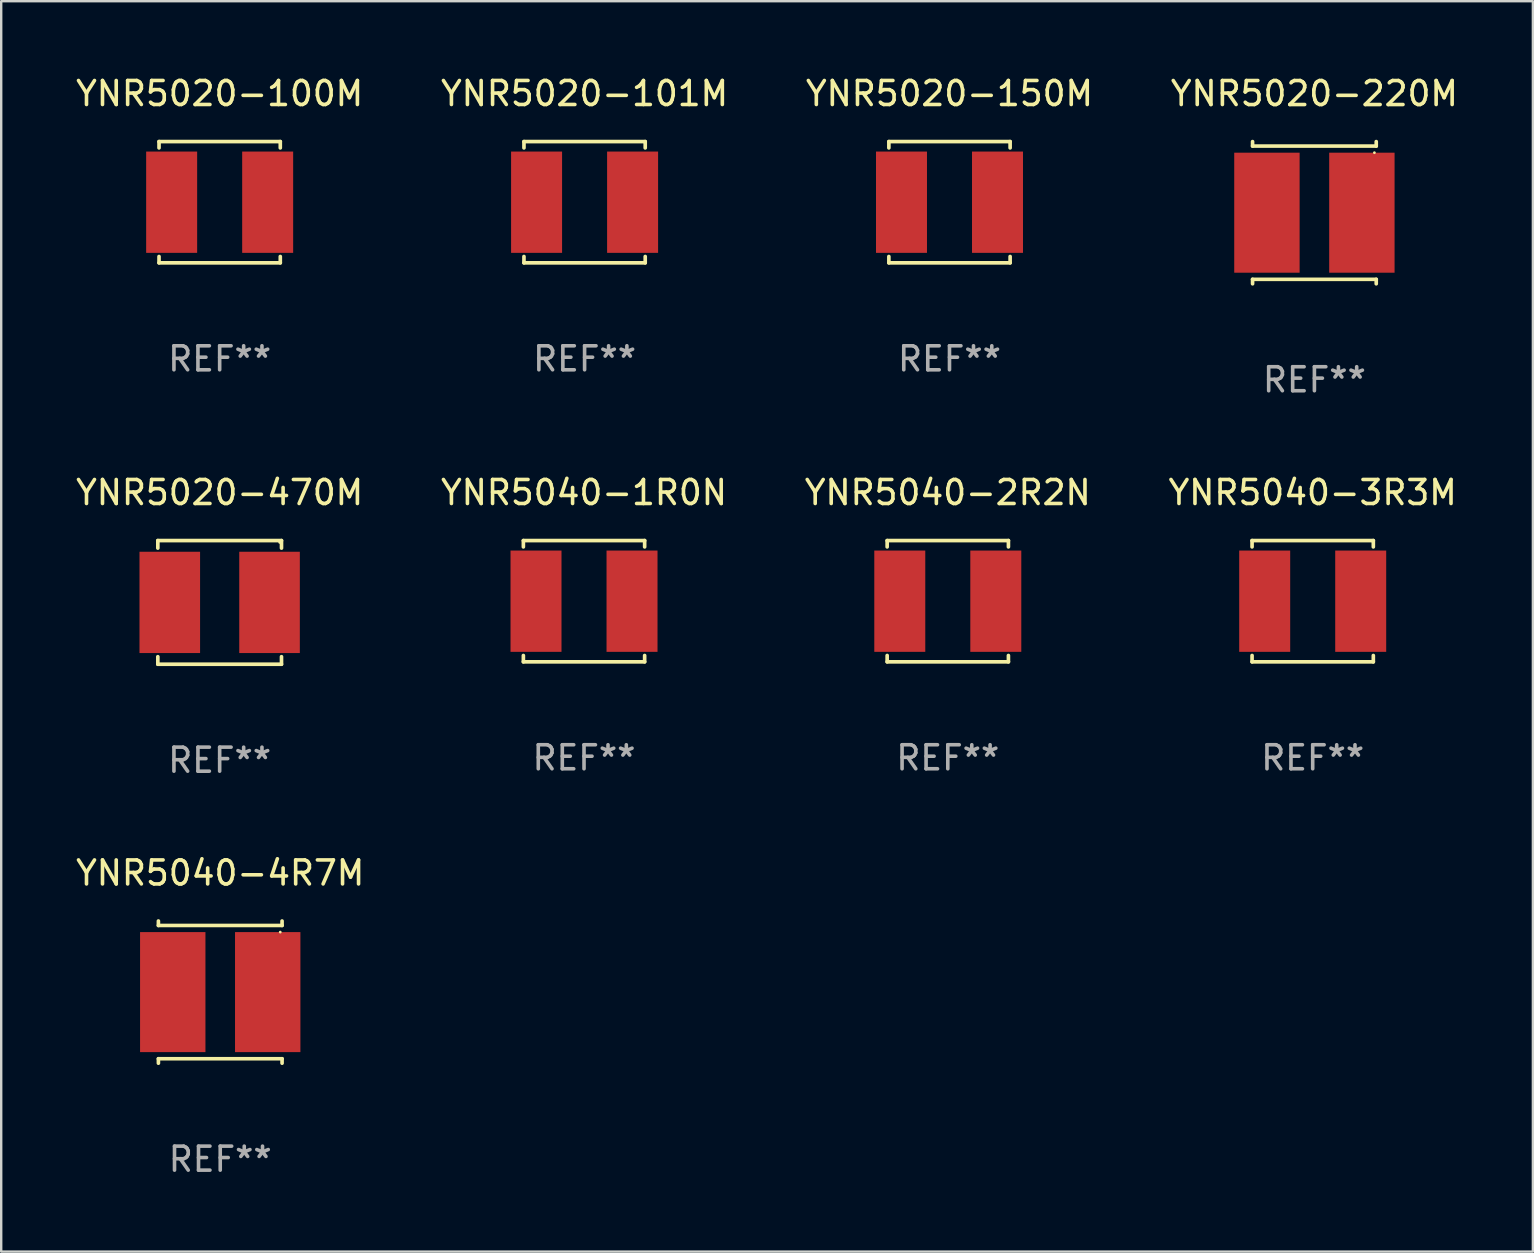
<source format=kicad_pcb>
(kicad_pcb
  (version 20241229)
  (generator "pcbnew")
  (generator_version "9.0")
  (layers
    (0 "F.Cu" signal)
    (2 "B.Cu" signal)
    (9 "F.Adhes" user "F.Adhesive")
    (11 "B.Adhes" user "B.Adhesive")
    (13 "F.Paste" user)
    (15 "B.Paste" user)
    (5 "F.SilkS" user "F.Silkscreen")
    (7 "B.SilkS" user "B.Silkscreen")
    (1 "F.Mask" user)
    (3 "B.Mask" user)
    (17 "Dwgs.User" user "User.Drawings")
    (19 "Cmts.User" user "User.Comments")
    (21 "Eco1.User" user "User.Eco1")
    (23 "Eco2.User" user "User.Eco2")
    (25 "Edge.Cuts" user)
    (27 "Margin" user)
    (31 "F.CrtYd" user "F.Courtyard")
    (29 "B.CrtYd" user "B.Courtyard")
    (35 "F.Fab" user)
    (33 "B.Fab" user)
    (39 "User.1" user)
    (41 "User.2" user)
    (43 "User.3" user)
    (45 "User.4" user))
  (footprint "YNR5020-220M"
    (layer "F.Cu")
    (at 51.708 5.811)
    (property "Reference" "YNR5020-220M" (at 0 -4.962 0) (layer "F.SilkS") (effects (font (size 1 1) (thickness 0.15))))
    (attr through_hole)
    (fp_line (start -2.576 -2.962) (end -2.576 -2.776) (stroke (width 0.152) (type solid)) (layer "F.SilkS"))
    (fp_line (start -2.576 -2.776) (end 2.576 -2.776) (stroke (width 0.152) (type solid)) (layer "F.SilkS"))
    (fp_line (start -2.576 2.776) (end 2.576 2.776) (stroke (width 0.152) (type solid)) (layer "F.SilkS"))
    (fp_line (start -2.576 2.962) (end -2.576 2.776) (stroke (width 0.152) (type solid)) (layer "F.SilkS"))
    (fp_line (start 2.576 -2.776) (end 2.576 -2.962) (stroke (width 0.152) (type solid)) (layer "F.SilkS"))
    (fp_line (start 2.576 2.776) (end 2.576 2.962) (stroke (width 0.152) (type solid)) (layer "F.SilkS"))
    (fp_circle (center 2.5 -2.5) (end 2.53 -2.5) (stroke (width 0.06) (type solid)) (fill no) (layer "F.SilkS"))
    (fp_text user "REF**" (at 0 6.962 0) (layer "F.Fab") (effects (font (size 1 1) (thickness 0.15))))
    (pad "1" smd rect (at 1.978 0) (size 2.724 5) (layers "F.Cu" "F.Mask" "F.Paste"))
    (pad "2" smd rect (at -1.978 0) (size 2.724 5) (layers "F.Cu" "F.Mask" "F.Paste")))
  (footprint "YNR5020-100M"
    (layer "F.Cu")
    (at 6.101 5.374)
    (property "Reference" "YNR5020-100M" (at 0 -4.526 0) (layer "F.SilkS") (effects (font (size 1 1) (thickness 0.15))))
    (attr through_hole)
    (fp_line (start -2.526 -2.526) (end 2.526 -2.526) (stroke (width 0.152) (type solid)) (layer "F.SilkS"))
    (fp_line (start -2.526 -2.262) (end -2.526 -2.526) (stroke (width 0.152) (type solid)) (layer "F.SilkS"))
    (fp_line (start -2.526 2.262) (end -2.526 2.526) (stroke (width 0.152) (type solid)) (layer "F.SilkS"))
    (fp_line (start -2.526 2.526) (end 2.526 2.526) (stroke (width 0.152) (type solid)) (layer "F.SilkS"))
    (fp_line (start 2.526 -2.526) (end 2.526 -2.262) (stroke (width 0.152) (type solid)) (layer "F.SilkS"))
    (fp_line (start 2.526 2.526) (end 2.526 2.262) (stroke (width 0.152) (type solid)) (layer "F.SilkS"))
    (fp_circle (center 2.5 -2.5) (end 2.53 -2.5) (stroke (width 0.06) (type solid)) (fill no) (layer "F.SilkS"))
    (fp_text user "REF**" (at 0 6.526 0) (layer "F.Fab") (effects (font (size 1 1) (thickness 0.15))))
    (pad "1" smd rect (at 2 0) (size 2.124 4.22) (layers "F.Cu" "F.Mask" "F.Paste"))
    (pad "2" smd rect (at -2 0) (size 2.124 4.22) (layers "F.Cu" "F.Mask" "F.Paste")))
  (footprint "YNR5040-4R7M"
    (layer "F.Cu")
    (at 6.125 38.281)
    (property "Reference" "YNR5040-4R7M" (at 0 -4.962 0) (layer "F.SilkS") (effects (font (size 1 1) (thickness 0.15))))
    (attr through_hole)
    (fp_line (start -2.576 -2.962) (end -2.576 -2.776) (stroke (width 0.152) (type solid)) (layer "F.SilkS"))
    (fp_line (start -2.576 -2.776) (end 2.576 -2.776) (stroke (width 0.152) (type solid)) (layer "F.SilkS"))
    (fp_line (start -2.576 2.776) (end 2.576 2.776) (stroke (width 0.152) (type solid)) (layer "F.SilkS"))
    (fp_line (start -2.576 2.962) (end -2.576 2.776) (stroke (width 0.152) (type solid)) (layer "F.SilkS"))
    (fp_line (start 2.576 -2.776) (end 2.576 -2.962) (stroke (width 0.152) (type solid)) (layer "F.SilkS"))
    (fp_line (start 2.576 2.776) (end 2.576 2.962) (stroke (width 0.152) (type solid)) (layer "F.SilkS"))
    (fp_circle (center 2.5 -2.5) (end 2.53 -2.5) (stroke (width 0.06) (type solid)) (fill no) (layer "F.SilkS"))
    (fp_text user "REF**" (at 0 6.962 0) (layer "F.Fab") (effects (font (size 1 1) (thickness 0.15))))
    (pad "1" smd rect (at 1.978 0) (size 2.724 5) (layers "F.Cu" "F.Mask" "F.Paste"))
    (pad "2" smd rect (at -1.978 0) (size 2.724 5) (layers "F.Cu" "F.Mask" "F.Paste")))
  (footprint "YNR5040-3R3M"
    (layer "F.Cu")
    (at 51.637 21.996)
    (property "Reference" "YNR5040-3R3M" (at 0 -4.526 0) (layer "F.SilkS") (effects (font (size 1 1) (thickness 0.15))))
    (attr through_hole)
    (fp_line (start -2.526 -2.526) (end 2.526 -2.526) (stroke (width 0.152) (type solid)) (layer "F.SilkS"))
    (fp_line (start -2.526 -2.262) (end -2.526 -2.526) (stroke (width 0.152) (type solid)) (layer "F.SilkS"))
    (fp_line (start -2.526 2.262) (end -2.526 2.526) (stroke (width 0.152) (type solid)) (layer "F.SilkS"))
    (fp_line (start -2.526 2.526) (end 2.526 2.526) (stroke (width 0.152) (type solid)) (layer "F.SilkS"))
    (fp_line (start 2.526 -2.526) (end 2.526 -2.262) (stroke (width 0.152) (type solid)) (layer "F.SilkS"))
    (fp_line (start 2.526 2.526) (end 2.526 2.262) (stroke (width 0.152) (type solid)) (layer "F.SilkS"))
    (fp_circle (center 2.5 -2.5) (end 2.53 -2.5) (stroke (width 0.06) (type solid)) (fill no) (layer "F.SilkS"))
    (fp_text user "REF**" (at 0 6.526 0) (layer "F.Fab") (effects (font (size 1 1) (thickness 0.15))))
    (pad "1" smd rect (at 2 0) (size 2.124 4.22) (layers "F.Cu" "F.Mask" "F.Paste"))
    (pad "2" smd rect (at -2 0) (size 2.124 4.22) (layers "F.Cu" "F.Mask" "F.Paste")))
  (footprint "YNR5040-2R2N"
    (layer "F.Cu")
    (at 36.435 21.996)
    (property "Reference" "YNR5040-2R2N" (at 0 -4.526 0) (layer "F.SilkS") (effects (font (size 1 1) (thickness 0.15))))
    (attr through_hole)
    (fp_line (start -2.526 -2.526) (end 2.526 -2.526) (stroke (width 0.152) (type solid)) (layer "F.SilkS"))
    (fp_line (start -2.526 -2.262) (end -2.526 -2.526) (stroke (width 0.152) (type solid)) (layer "F.SilkS"))
    (fp_line (start -2.526 2.262) (end -2.526 2.526) (stroke (width 0.152) (type solid)) (layer "F.SilkS"))
    (fp_line (start -2.526 2.526) (end 2.526 2.526) (stroke (width 0.152) (type solid)) (layer "F.SilkS"))
    (fp_line (start 2.526 -2.526) (end 2.526 -2.262) (stroke (width 0.152) (type solid)) (layer "F.SilkS"))
    (fp_line (start 2.526 2.526) (end 2.526 2.262) (stroke (width 0.152) (type solid)) (layer "F.SilkS"))
    (fp_circle (center 2.5 -2.5) (end 2.53 -2.5) (stroke (width 0.06) (type solid)) (fill no) (layer "F.SilkS"))
    (fp_text user "REF**" (at 0 6.526 0) (layer "F.Fab") (effects (font (size 1 1) (thickness 0.15))))
    (pad "1" smd rect (at 2 0) (size 2.124 4.22) (layers "F.Cu" "F.Mask" "F.Paste"))
    (pad "2" smd rect (at -2 0) (size 2.124 4.22) (layers "F.Cu" "F.Mask" "F.Paste")))
  (footprint "YNR5020-150M"
    (layer "F.Cu")
    (at 36.506 5.374)
    (property "Reference" "YNR5020-150M" (at 0 -4.526 0) (layer "F.SilkS") (effects (font (size 1 1) (thickness 0.15))))
    (attr through_hole)
    (fp_line (start -2.526 -2.526) (end 2.526 -2.526) (stroke (width 0.152) (type solid)) (layer "F.SilkS"))
    (fp_line (start -2.526 -2.262) (end -2.526 -2.526) (stroke (width 0.152) (type solid)) (layer "F.SilkS"))
    (fp_line (start -2.526 2.262) (end -2.526 2.526) (stroke (width 0.152) (type solid)) (layer "F.SilkS"))
    (fp_line (start -2.526 2.526) (end 2.526 2.526) (stroke (width 0.152) (type solid)) (layer "F.SilkS"))
    (fp_line (start 2.526 -2.526) (end 2.526 -2.262) (stroke (width 0.152) (type solid)) (layer "F.SilkS"))
    (fp_line (start 2.526 2.526) (end 2.526 2.262) (stroke (width 0.152) (type solid)) (layer "F.SilkS"))
    (fp_circle (center 2.5 -2.5) (end 2.53 -2.5) (stroke (width 0.06) (type solid)) (fill no) (layer "F.SilkS"))
    (fp_text user "REF**" (at 0 6.526 0) (layer "F.Fab") (effects (font (size 1 1) (thickness 0.15))))
    (pad "1" smd rect (at 2 0) (size 2.124 4.22) (layers "F.Cu" "F.Mask" "F.Paste"))
    (pad "2" smd rect (at -2 0) (size 2.124 4.22) (layers "F.Cu" "F.Mask" "F.Paste")))
  (footprint "YNR5020-101M"
    (layer "F.Cu")
    (at 21.304 5.374)
    (property "Reference" "YNR5020-101M" (at 0 -4.526 0) (layer "F.SilkS") (effects (font (size 1 1) (thickness 0.15))))
    (attr through_hole)
    (fp_line (start -2.526 -2.526) (end 2.526 -2.526) (stroke (width 0.152) (type solid)) (layer "F.SilkS"))
    (fp_line (start -2.526 -2.262) (end -2.526 -2.526) (stroke (width 0.152) (type solid)) (layer "F.SilkS"))
    (fp_line (start -2.526 2.262) (end -2.526 2.526) (stroke (width 0.152) (type solid)) (layer "F.SilkS"))
    (fp_line (start -2.526 2.526) (end 2.526 2.526) (stroke (width 0.152) (type solid)) (layer "F.SilkS"))
    (fp_line (start 2.526 -2.526) (end 2.526 -2.262) (stroke (width 0.152) (type solid)) (layer "F.SilkS"))
    (fp_line (start 2.526 2.526) (end 2.526 2.262) (stroke (width 0.152) (type solid)) (layer "F.SilkS"))
    (fp_circle (center 2.5 -2.5) (end 2.53 -2.5) (stroke (width 0.06) (type solid)) (fill no) (layer "F.SilkS"))
    (fp_text user "REF**" (at 0 6.526 0) (layer "F.Fab") (effects (font (size 1 1) (thickness 0.15))))
    (pad "1" smd rect (at 2 0) (size 2.124 4.22) (layers "F.Cu" "F.Mask" "F.Paste"))
    (pad "2" smd rect (at -2 0) (size 2.124 4.22) (layers "F.Cu" "F.Mask" "F.Paste")))
  (footprint "YNR5020-470M"
    (layer "F.Cu")
    (at 6.101 22.046)
    (property "Reference" "YNR5020-470M" (at 0 -4.576 0) (layer "F.SilkS") (effects (font (size 1 1) (thickness 0.15))))
    (attr through_hole)
    (fp_line (start -2.576 -2.576) (end 2.576 -2.576) (stroke (width 0.152) (type solid)) (layer "F.SilkS"))
    (fp_line (start -2.576 -2.262) (end -2.576 -2.576) (stroke (width 0.152) (type solid)) (layer "F.SilkS"))
    (fp_line (start -2.576 2.262) (end -2.576 2.576) (stroke (width 0.152) (type solid)) (layer "F.SilkS"))
    (fp_line (start -2.576 2.576) (end 2.576 2.576) (stroke (width 0.152) (type solid)) (layer "F.SilkS"))
    (fp_line (start 2.576 -2.576) (end 2.576 -2.262) (stroke (width 0.152) (type solid)) (layer "F.SilkS"))
    (fp_line (start 2.576 2.576) (end 2.576 2.262) (stroke (width 0.152) (type solid)) (layer "F.SilkS"))
    (fp_circle (center 2.5 -2.5) (end 2.53 -2.5) (stroke (width 0.06) (type solid)) (fill no) (layer "F.SilkS"))
    (fp_text user "REF**" (at 0 6.576 0) (layer "F.Fab") (effects (font (size 1 1) (thickness 0.15))))
    (pad "1" smd rect (at 2.078 0) (size 2.524 4.22) (layers "F.Cu" "F.Mask" "F.Paste"))
    (pad "2" smd rect (at -2.078 0) (size 2.524 4.22) (layers "F.Cu" "F.Mask" "F.Paste")))
  (footprint "YNR5040-1R0N"
    (layer "F.Cu")
    (at 21.28 21.996)
    (property "Reference" "YNR5040-1R0N" (at 0 -4.526 0) (layer "F.SilkS") (effects (font (size 1 1) (thickness 0.15))))
    (attr through_hole)
    (fp_line (start -2.526 -2.526) (end 2.526 -2.526) (stroke (width 0.152) (type solid)) (layer "F.SilkS"))
    (fp_line (start -2.526 -2.262) (end -2.526 -2.526) (stroke (width 0.152) (type solid)) (layer "F.SilkS"))
    (fp_line (start -2.526 2.262) (end -2.526 2.526) (stroke (width 0.152) (type solid)) (layer "F.SilkS"))
    (fp_line (start -2.526 2.526) (end 2.526 2.526) (stroke (width 0.152) (type solid)) (layer "F.SilkS"))
    (fp_line (start 2.526 -2.526) (end 2.526 -2.262) (stroke (width 0.152) (type solid)) (layer "F.SilkS"))
    (fp_line (start 2.526 2.526) (end 2.526 2.262) (stroke (width 0.152) (type solid)) (layer "F.SilkS"))
    (fp_circle (center 2.5 -2.5) (end 2.53 -2.5) (stroke (width 0.06) (type solid)) (fill no) (layer "F.SilkS"))
    (fp_text user "REF**" (at 0 6.526 0) (layer "F.Fab") (effects (font (size 1 1) (thickness 0.15))))
    (pad "1" smd rect (at 2 0) (size 2.124 4.22) (layers "F.Cu" "F.Mask" "F.Paste"))
    (pad "2" smd rect (at -2 0) (size 2.124 4.22) (layers "F.Cu" "F.Mask" "F.Paste")))
  (gr_rect
    (start -3 -3)
    (end 60.81 49.092)
    (stroke (width 0.1) (type default))
    (fill no)
    (layer "Edge.Cuts")))
</source>
